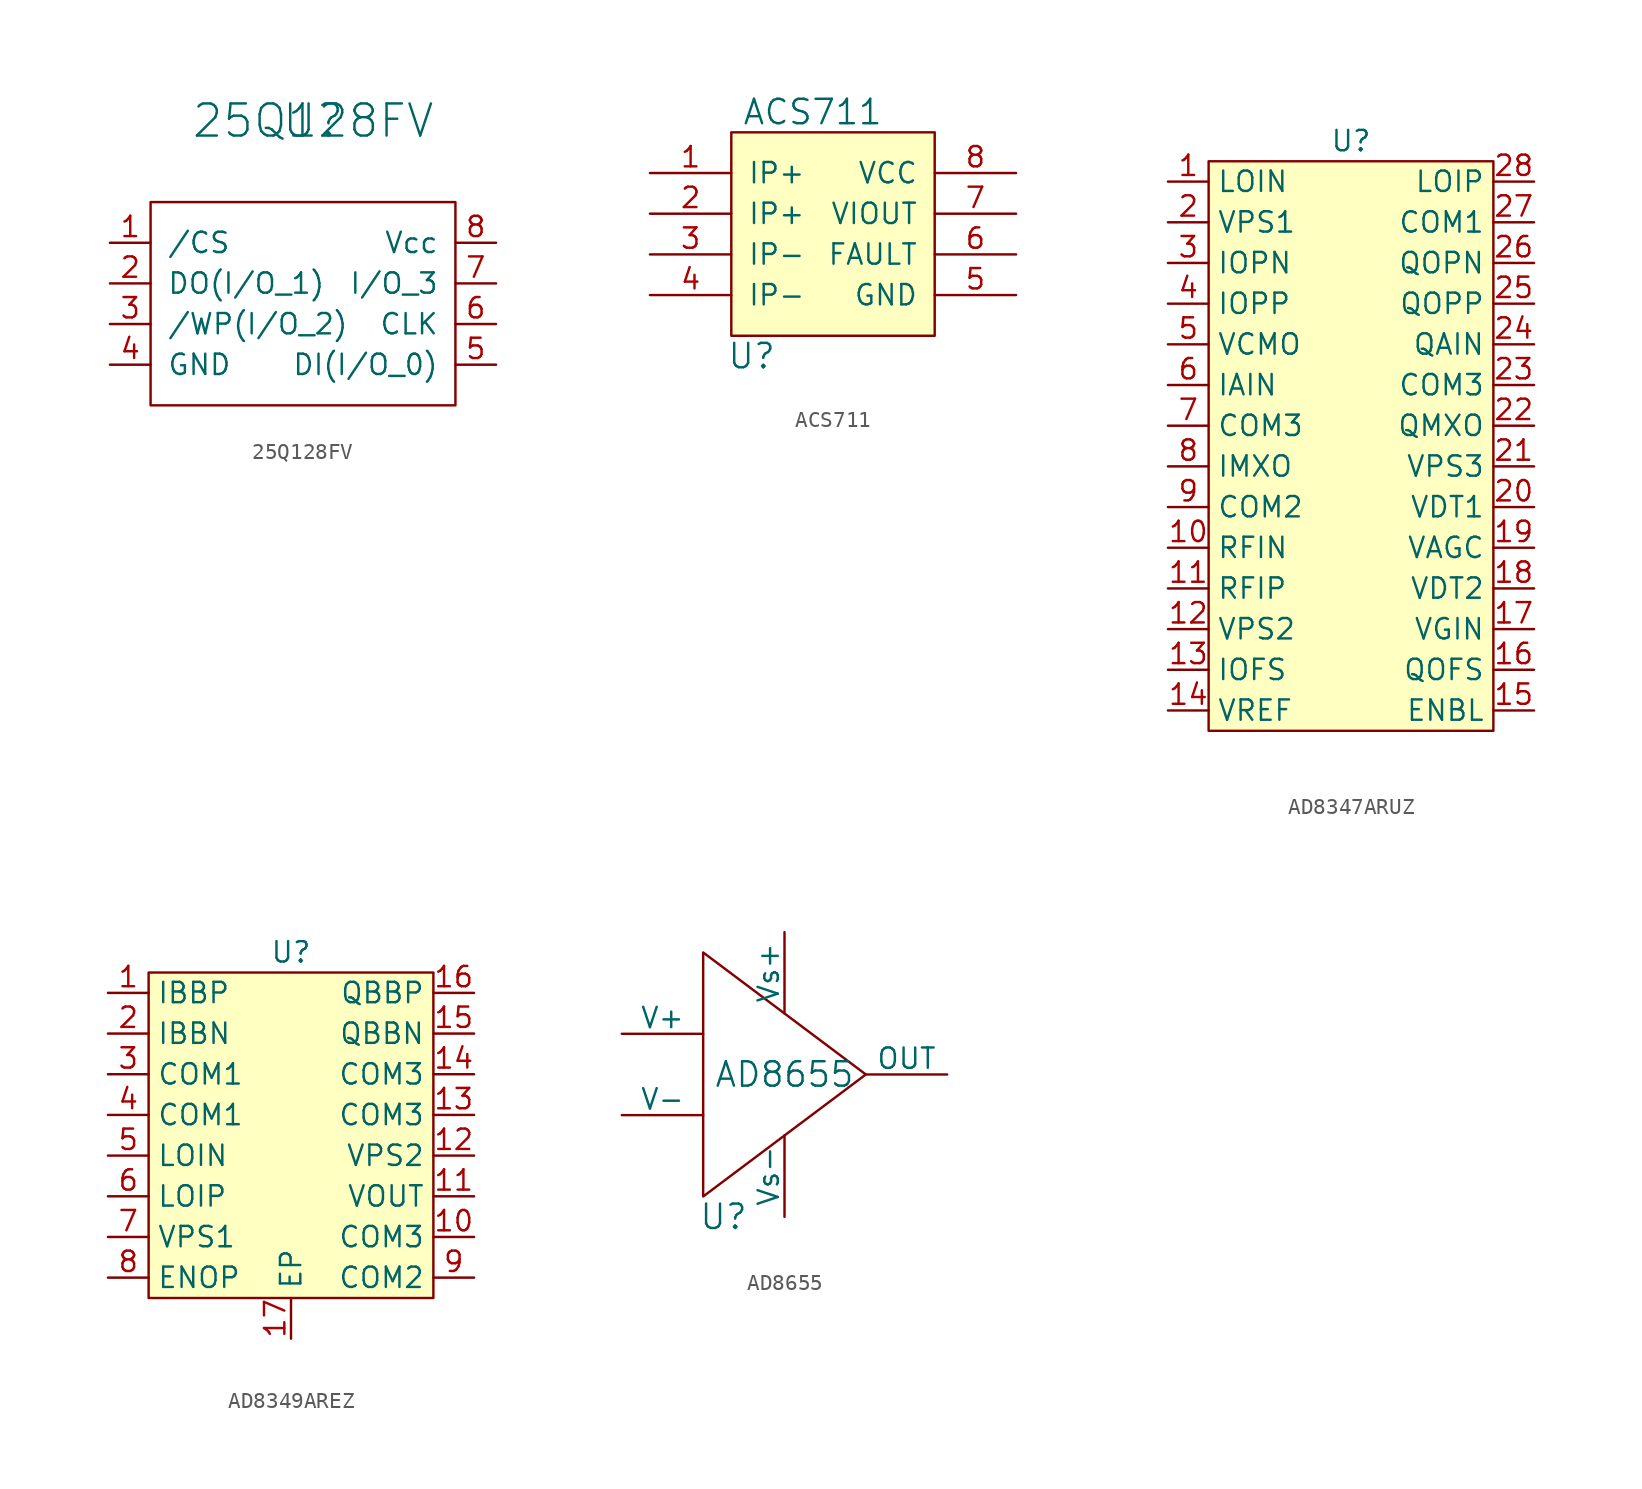
<source format=kicad_sym>
(kicad_symbol_lib
  (version 20220914)
  (generator kicad_symbol_editor)
  (symbol "25Q128FV"
    (pin_names
      (offset 1.016))
    (property "Reference" "U"
      (at 0 11.43 0)
      (effects (font (size 2.007 2.007))))
    (property "Value" "25Q128FV"
      (at 0 11.43 0)
      (effects (font (size 2.007 2.007))))
    (symbol "25Q128FV_0_1"
      (rectangle (start -10.16 6.35) (end 8.89 -6.35) (stroke (width 0) (type default)) (fill (type none))))
    (symbol "25Q128FV_1_1"
      (pin input line (at -12.7 3.81 0) (length 2.54) (name "/CS" (effects (font (size 1.27 1.27)))) (number "1" (effects (font (size 1.27 1.27)))))
      (pin input line (at -12.7 1.27 0) (length 2.54) (name "DO(I/O_1)" (effects (font (size 1.27 1.27)))) (number "2" (effects (font (size 1.27 1.27)))))
      (pin input line (at -12.7 -1.27 0) (length 2.54) (name "/WP(I/O_2)" (effects (font (size 1.27 1.27)))) (number "3" (effects (font (size 1.27 1.27)))))
      (pin input line (at -12.7 -3.81 0) (length 2.54) (name "GND" (effects (font (size 1.27 1.27)))) (number "4" (effects (font (size 1.27 1.27)))))
      (pin input line (at 11.43 -3.81 180) (length 2.54) (name "DI(I/O_0)" (effects (font (size 1.27 1.27)))) (number "5" (effects (font (size 1.27 1.27)))))
      (pin input line (at 11.43 -1.27 180) (length 2.54) (name "CLK" (effects (font (size 1.27 1.27)))) (number "6" (effects (font (size 1.27 1.27)))))
      (pin input line (at 11.43 1.27 180) (length 2.54) (name "I/O_3" (effects (font (size 1.27 1.27)))) (number "7" (effects (font (size 1.27 1.27)))))
      (pin input line (at 11.43 3.81 180) (length 2.54) (name "Vcc" (effects (font (size 1.27 1.27)))) (number "8" (effects (font (size 1.27 1.27)))))))
  (symbol "ACS711"
    (pin_names
      (offset 1.016))
    (property "Reference" "U"
      (at 1.27 -1.27 0)
      (effects (font (size 1.524 1.524))))
    (property "Value" "ACS711"
      (at 5.08 13.97 0)
      (effects (font (size 1.524 1.524))))
    (symbol "ACS711_0_1"
      (rectangle (start 0 12.7) (end 12.7 0) (stroke (width 0) (type default)) (fill (type background))))
    (symbol "ACS711_1_1"
      (pin input line (at -5.08 10.16 0) (length 5.08) (name "IP+" (effects (font (size 1.27 1.27)))) (number "1" (effects (font (size 1.27 1.27)))))
      (pin input line (at -5.08 7.62 0) (length 5.08) (name "IP+" (effects (font (size 1.27 1.27)))) (number "2" (effects (font (size 1.27 1.27)))))
      (pin input line (at -5.08 5.08 0) (length 5.08) (name "IP-" (effects (font (size 1.27 1.27)))) (number "3" (effects (font (size 1.27 1.27)))))
      (pin input line (at -5.08 2.54 0) (length 5.08) (name "IP-" (effects (font (size 1.27 1.27)))) (number "4" (effects (font (size 1.27 1.27)))))
      (pin input line (at 17.78 2.54 180) (length 5.08) (name "GND" (effects (font (size 1.27 1.27)))) (number "5" (effects (font (size 1.27 1.27)))))
      (pin input line (at 17.78 5.08 180) (length 5.08) (name "FAULT" (effects (font (size 1.27 1.27)))) (number "6" (effects (font (size 1.27 1.27)))))
      (pin input line (at 17.78 7.62 180) (length 5.08) (name "VIOUT" (effects (font (size 1.27 1.27)))) (number "7" (effects (font (size 1.27 1.27)))))
      (pin input line (at 17.78 10.16 180) (length 5.08) (name "VCC" (effects (font (size 1.27 1.27)))) (number "8" (effects (font (size 1.27 1.27)))))))
  (symbol "AD8347ARUZ"
    (property "Reference" "U"
      (at 0 19.05 0)
      (effects (font (size 1.27 1.27))))
    (property "Value" ""
      (at 0 0 0)
      (effects (font (size 1.27 1.27))))
    (symbol "AD8347ARUZ_1_1"
      (rectangle (start -8.89 17.78) (end 8.89 -17.78) (stroke (width 0) (type default)) (fill (type background)))
      (pin input line (at -11.43 16.51 0) (length 2.54) (name "LOIN" (effects (font (size 1.27 1.27)))) (number "1" (effects (font (size 1.27 1.27)))))
      (pin input line (at -11.43 -6.35 0) (length 2.54) (name "RFIN" (effects (font (size 1.27 1.27)))) (number "10" (effects (font (size 1.27 1.27)))))
      (pin input line (at -11.43 -8.89 0) (length 2.54) (name "RFIP" (effects (font (size 1.27 1.27)))) (number "11" (effects (font (size 1.27 1.27)))))
      (pin power_in line (at -11.43 -11.43 0) (length 2.54) (name "VPS2" (effects (font (size 1.27 1.27)))) (number "12" (effects (font (size 1.27 1.27)))))
      (pin input line (at -11.43 -13.97 0) (length 2.54) (name "IOFS" (effects (font (size 1.27 1.27)))) (number "13" (effects (font (size 1.27 1.27)))))
      (pin output line (at -11.43 -16.51 0) (length 2.54) (name "VREF" (effects (font (size 1.27 1.27)))) (number "14" (effects (font (size 1.27 1.27)))))
      (pin input line (at 11.43 -16.51 180) (length 2.54) (name "ENBL" (effects (font (size 1.27 1.27)))) (number "15" (effects (font (size 1.27 1.27)))))
      (pin input line (at 11.43 -13.97 180) (length 2.54) (name "QOFS" (effects (font (size 1.27 1.27)))) (number "16" (effects (font (size 1.27 1.27)))))
      (pin input line (at 11.43 -11.43 180) (length 2.54) (name "VGIN" (effects (font (size 1.27 1.27)))) (number "17" (effects (font (size 1.27 1.27)))))
      (pin input line (at 11.43 -8.89 180) (length 2.54) (name "VDT2" (effects (font (size 1.27 1.27)))) (number "18" (effects (font (size 1.27 1.27)))))
      (pin output line (at 11.43 -6.35 180) (length 2.54) (name "VAGC" (effects (font (size 1.27 1.27)))) (number "19" (effects (font (size 1.27 1.27)))))
      (pin power_in line (at -11.43 13.97 0) (length 2.54) (name "VPS1" (effects (font (size 1.27 1.27)))) (number "2" (effects (font (size 1.27 1.27)))))
      (pin input line (at 11.43 -3.81 180) (length 2.54) (name "VDT1" (effects (font (size 1.27 1.27)))) (number "20" (effects (font (size 1.27 1.27)))))
      (pin power_in line (at 11.43 -1.27 180) (length 2.54) (name "VPS3" (effects (font (size 1.27 1.27)))) (number "21" (effects (font (size 1.27 1.27)))))
      (pin output line (at 11.43 1.27 180) (length 2.54) (name "QMXO" (effects (font (size 1.27 1.27)))) (number "22" (effects (font (size 1.27 1.27)))))
      (pin power_in line (at 11.43 3.81 180) (length 2.54) (name "COM3" (effects (font (size 1.27 1.27)))) (number "23" (effects (font (size 1.27 1.27)))))
      (pin input line (at 11.43 6.35 180) (length 2.54) (name "QAIN" (effects (font (size 1.27 1.27)))) (number "24" (effects (font (size 1.27 1.27)))))
      (pin output line (at 11.43 8.89 180) (length 2.54) (name "QOPP" (effects (font (size 1.27 1.27)))) (number "25" (effects (font (size 1.27 1.27)))))
      (pin output line (at 11.43 11.43 180) (length 2.54) (name "QOPN" (effects (font (size 1.27 1.27)))) (number "26" (effects (font (size 1.27 1.27)))))
      (pin power_in line (at 11.43 13.97 180) (length 2.54) (name "COM1" (effects (font (size 1.27 1.27)))) (number "27" (effects (font (size 1.27 1.27)))))
      (pin input line (at 11.43 16.51 180) (length 2.54) (name "LOIP" (effects (font (size 1.27 1.27)))) (number "28" (effects (font (size 1.27 1.27)))))
      (pin output line (at -11.43 11.43 0) (length 2.54) (name "IOPN" (effects (font (size 1.27 1.27)))) (number "3" (effects (font (size 1.27 1.27)))))
      (pin output line (at -11.43 8.89 0) (length 2.54) (name "IOPP" (effects (font (size 1.27 1.27)))) (number "4" (effects (font (size 1.27 1.27)))))
      (pin input line (at -11.43 6.35 0) (length 2.54) (name "VCMO" (effects (font (size 1.27 1.27)))) (number "5" (effects (font (size 1.27 1.27)))))
      (pin input line (at -11.43 3.81 0) (length 2.54) (name "IAIN" (effects (font (size 1.27 1.27)))) (number "6" (effects (font (size 1.27 1.27)))))
      (pin power_in line (at -11.43 1.27 0) (length 2.54) (name "COM3" (effects (font (size 1.27 1.27)))) (number "7" (effects (font (size 1.27 1.27)))))
      (pin output line (at -11.43 -1.27 0) (length 2.54) (name "IMXO" (effects (font (size 1.27 1.27)))) (number "8" (effects (font (size 1.27 1.27)))))
      (pin power_in line (at -11.43 -3.81 0) (length 2.54) (name "COM2" (effects (font (size 1.27 1.27)))) (number "9" (effects (font (size 1.27 1.27)))))))
  (symbol "AD8349AREZ"
    (property "Reference" "U"
      (at 0 11.43 0)
      (effects (font (size 1.27 1.27))))
    (property "Value" ""
      (at 0 0 0)
      (effects (font (size 1.27 1.27))))
    (symbol "AD8349AREZ_1_1"
      (rectangle (start -8.89 10.16) (end 8.89 -10.16) (stroke (width 0) (type default)) (fill (type background)))
      (pin input line (at -11.43 8.89 0) (length 2.54) (name "IBBP" (effects (font (size 1.27 1.27)))) (number "1" (effects (font (size 1.27 1.27)))))
      (pin power_in line (at 11.43 -6.35 180) (length 2.54) (name "COM3" (effects (font (size 1.27 1.27)))) (number "10" (effects (font (size 1.27 1.27)))))
      (pin output line (at 11.43 -3.81 180) (length 2.54) (name "VOUT" (effects (font (size 1.27 1.27)))) (number "11" (effects (font (size 1.27 1.27)))))
      (pin power_in line (at 11.43 -1.27 180) (length 2.54) (name "VPS2" (effects (font (size 1.27 1.27)))) (number "12" (effects (font (size 1.27 1.27)))))
      (pin power_in line (at 11.43 1.27 180) (length 2.54) (name "COM3" (effects (font (size 1.27 1.27)))) (number "13" (effects (font (size 1.27 1.27)))))
      (pin power_in line (at 11.43 3.81 180) (length 2.54) (name "COM3" (effects (font (size 1.27 1.27)))) (number "14" (effects (font (size 1.27 1.27)))))
      (pin input line (at 11.43 6.35 180) (length 2.54) (name "QBBN" (effects (font (size 1.27 1.27)))) (number "15" (effects (font (size 1.27 1.27)))))
      (pin input line (at 11.43 8.89 180) (length 2.54) (name "QBBP" (effects (font (size 1.27 1.27)))) (number "16" (effects (font (size 1.27 1.27)))))
      (pin power_in line (at 0 -12.7 90) (length 2.54) (name "EP" (effects (font (size 1.27 1.27)))) (number "17" (effects (font (size 1.27 1.27)))))
      (pin input line (at -11.43 6.35 0) (length 2.54) (name "IBBN" (effects (font (size 1.27 1.27)))) (number "2" (effects (font (size 1.27 1.27)))))
      (pin power_in line (at -11.43 3.81 0) (length 2.54) (name "COM1" (effects (font (size 1.27 1.27)))) (number "3" (effects (font (size 1.27 1.27)))))
      (pin power_in line (at -11.43 1.27 0) (length 2.54) (name "COM1" (effects (font (size 1.27 1.27)))) (number "4" (effects (font (size 1.27 1.27)))))
      (pin input line (at -11.43 -1.27 0) (length 2.54) (name "LOIN" (effects (font (size 1.27 1.27)))) (number "5" (effects (font (size 1.27 1.27)))))
      (pin input line (at -11.43 -3.81 0) (length 2.54) (name "LOIP" (effects (font (size 1.27 1.27)))) (number "6" (effects (font (size 1.27 1.27)))))
      (pin power_in line (at -11.43 -6.35 0) (length 2.54) (name "VPS1" (effects (font (size 1.27 1.27)))) (number "7" (effects (font (size 1.27 1.27)))))
      (pin input line (at -11.43 -8.89 0) (length 2.54) (name "ENOP" (effects (font (size 1.27 1.27)))) (number "8" (effects (font (size 1.27 1.27)))))
      (pin power_in line (at 11.43 -8.89 180) (length 2.54) (name "COM2" (effects (font (size 1.27 1.27)))) (number "9" (effects (font (size 1.27 1.27)))))))
  (symbol "AD8655"
    (pin_numbers hide)
    (pin_names
      (offset 0))
    (property "Reference" "U"
      (at 1.27 -1.27 0)
      (effects (font (size 1.524 1.524))))
    (property "Value" "AD8655"
      (at 5.08 7.62 0)
      (effects (font (size 1.524 1.524))))
    (symbol "AD8655_1_0"
      (polyline (pts (xy 0 0) (xy 10.16 7.62) (xy 0 15.24) (xy 0 0)) (stroke (width 0) (type default)) (fill (type none))))
    (symbol "AD8655_1_1"
      (pin no_connect line (at 15.24 5.08 180) (length 5.08) hide (name "NC" (effects (font (size 1.27 1.27)))) (number "1" (effects (font (size 1.27 1.27)))))
      (pin input line (at -5.08 5.08 0) (length 5.08) (name "V-" (effects (font (size 1.27 1.27)))) (number "2" (effects (font (size 1.27 1.27)))))
      (pin input line (at -5.08 10.16 0) (length 5.08) (name "V+" (effects (font (size 1.27 1.27)))) (number "3" (effects (font (size 1.27 1.27)))))
      (pin input line (at 5.08 -1.27 90) (length 5.08) (name "Vs-" (effects (font (size 1.27 1.27)))) (number "4" (effects (font (size 1.27 1.27)))))
      (pin no_connect line (at 15.24 0 180) (length 5.08) hide (name "NC" (effects (font (size 1.27 1.27)))) (number "5" (effects (font (size 1.27 1.27)))))
      (pin input line (at 15.24 7.62 180) (length 5.08) (name "OUT" (effects (font (size 1.27 1.27)))) (number "6" (effects (font (size 1.27 1.27)))))
      (pin input line (at 5.08 16.51 270) (length 5.08) (name "Vs+" (effects (font (size 1.27 1.27)))) (number "7" (effects (font (size 1.27 1.27)))))
      (pin no_connect line (at 15.24 2.54 180) (length 5.08) hide (name "NC" (effects (font (size 1.27 1.27)))) (number "8" (effects (font (size 1.27 1.27))))))))
</source>
